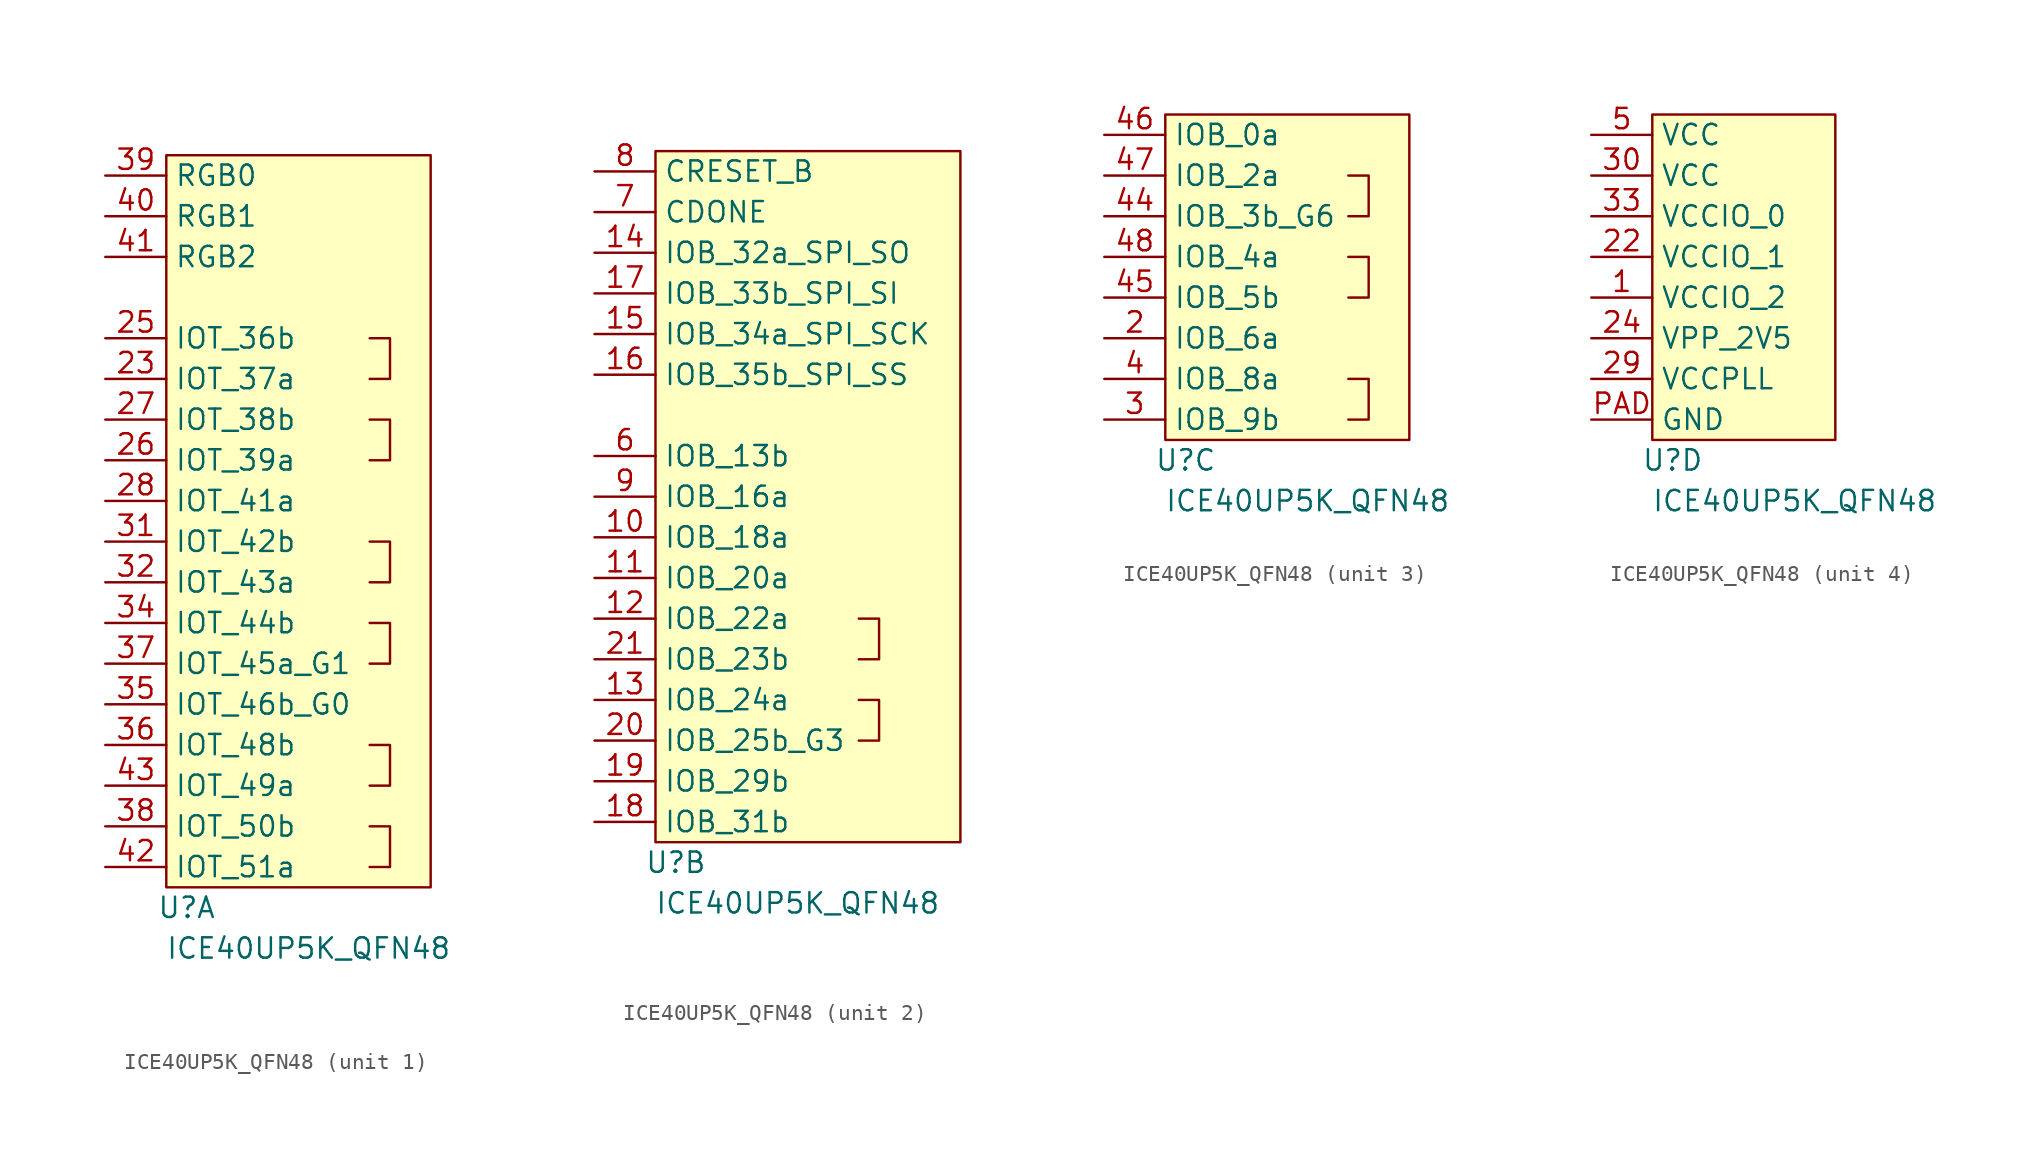
<source format=kicad_sym>
(kicad_symbol_lib
  (version 20211014)
  (generator kicad_symbol_editor)
  (symbol "ICE40UP5K_QFN48"
    (property "Reference" "U"
      (at 1.27 -1.27 0)
      (effects (font (size 1.27 1.27))))
    (property "Value" "ICE40UP5K_QFN48"
      (at 8.89 -3.81 0)
      (effects (font (size 1.27 1.27))))
    (property "ki_locked" ""
      (at 0 0 0)
      (effects (font (size 1.27 1.27))))
    (symbol "ICE40UP5K_QFN48_1_0"
      (polyline (pts (xy 12.7 3.81) (xy 13.97 3.81) (xy 13.97 1.27) (xy 12.7 1.27)) (stroke (width 0.152) (type default) (color 0 0 0 0)) (fill (type none)))
      (polyline (pts (xy 12.7 8.89) (xy 13.97 8.89) (xy 13.97 6.35) (xy 12.7 6.35)) (stroke (width 0.152) (type default) (color 0 0 0 0)) (fill (type none)))
      (polyline (pts (xy 12.7 16.51) (xy 13.97 16.51) (xy 13.97 13.97) (xy 12.7 13.97)) (stroke (width 0.152) (type default) (color 0 0 0 0)) (fill (type none)))
      (polyline (pts (xy 12.7 19.05) (xy 13.97 19.05) (xy 13.97 21.59) (xy 12.7 21.59)) (stroke (width 0.152) (type default) (color 0 0 0 0)) (fill (type none)))
      (polyline (pts (xy 12.7 29.21) (xy 13.97 29.21) (xy 13.97 26.67) (xy 12.7 26.67)) (stroke (width 0.152) (type default) (color 0 0 0 0)) (fill (type none)))
      (polyline (pts (xy 12.7 34.29) (xy 13.97 34.29) (xy 13.97 31.75) (xy 12.7 31.75)) (stroke (width 0.152) (type default) (color 0 0 0 0)) (fill (type none)))
      (rectangle (start 0 45.72) (end 16.51 0) (stroke (width 0.152) (type default) (color 0 0 0 0)) (fill (type background))))
    (symbol "ICE40UP5K_QFN48_1_1"
      (pin bidirectional line (at -3.81 31.75 0) (length 3.81) (name "IOT_37a" (effects (font (size 1.27 1.27)))) (number "23" (effects (font (size 1.27 1.27)))))
      (pin bidirectional line (at -3.81 34.29 0) (length 3.81) (name "IOT_36b" (effects (font (size 1.27 1.27)))) (number "25" (effects (font (size 1.27 1.27)))))
      (pin bidirectional line (at -3.81 26.67 0) (length 3.81) (name "IOT_39a" (effects (font (size 1.27 1.27)))) (number "26" (effects (font (size 1.27 1.27)))))
      (pin bidirectional line (at -3.81 29.21 0) (length 3.81) (name "IOT_38b" (effects (font (size 1.27 1.27)))) (number "27" (effects (font (size 1.27 1.27)))))
      (pin bidirectional line (at -3.81 24.13 0) (length 3.81) (name "IOT_41a" (effects (font (size 1.27 1.27)))) (number "28" (effects (font (size 1.27 1.27)))))
      (pin bidirectional line (at -3.81 21.59 0) (length 3.81) (name "IOT_42b" (effects (font (size 1.27 1.27)))) (number "31" (effects (font (size 1.27 1.27)))))
      (pin bidirectional line (at -3.81 19.05 0) (length 3.81) (name "IOT_43a" (effects (font (size 1.27 1.27)))) (number "32" (effects (font (size 1.27 1.27)))))
      (pin bidirectional line (at -3.81 16.51 0) (length 3.81) (name "IOT_44b" (effects (font (size 1.27 1.27)))) (number "34" (effects (font (size 1.27 1.27)))))
      (pin bidirectional line (at -3.81 11.43 0) (length 3.81) (name "IOT_46b_G0" (effects (font (size 1.27 1.27)))) (number "35" (effects (font (size 1.27 1.27)))))
      (pin bidirectional line (at -3.81 8.89 0) (length 3.81) (name "IOT_48b" (effects (font (size 1.27 1.27)))) (number "36" (effects (font (size 1.27 1.27)))))
      (pin bidirectional line (at -3.81 13.97 0) (length 3.81) (name "IOT_45a_G1" (effects (font (size 1.27 1.27)))) (number "37" (effects (font (size 1.27 1.27)))))
      (pin bidirectional line (at -3.81 3.81 0) (length 3.81) (name "IOT_50b" (effects (font (size 1.27 1.27)))) (number "38" (effects (font (size 1.27 1.27)))))
      (pin output line (at -3.81 44.45 0) (length 3.81) (name "RGB0" (effects (font (size 1.27 1.27)))) (number "39" (effects (font (size 1.27 1.27)))))
      (pin output line (at -3.81 41.91 0) (length 3.81) (name "RGB1" (effects (font (size 1.27 1.27)))) (number "40" (effects (font (size 1.27 1.27)))))
      (pin output line (at -3.81 39.37 0) (length 3.81) (name "RGB2" (effects (font (size 1.27 1.27)))) (number "41" (effects (font (size 1.27 1.27)))))
      (pin bidirectional line (at -3.81 1.27 0) (length 3.81) (name "IOT_51a" (effects (font (size 1.27 1.27)))) (number "42" (effects (font (size 1.27 1.27)))))
      (pin bidirectional line (at -3.81 6.35 0) (length 3.81) (name "IOT_49a" (effects (font (size 1.27 1.27)))) (number "43" (effects (font (size 1.27 1.27))))))
    (symbol "ICE40UP5K_QFN48_2_0"
      (polyline (pts (xy 12.7 8.89) (xy 13.97 8.89) (xy 13.97 6.35) (xy 12.7 6.35)) (stroke (width 0.152) (type default) (color 0 0 0 0)) (fill (type none)))
      (polyline (pts (xy 12.7 13.97) (xy 13.97 13.97) (xy 13.97 11.43) (xy 12.7 11.43)) (stroke (width 0.152) (type default) (color 0 0 0 0)) (fill (type none)))
      (rectangle (start 0 43.18) (end 19.05 0) (stroke (width 0.152) (type default) (color 0 0 0 0)) (fill (type background))))
    (symbol "ICE40UP5K_QFN48_2_1"
      (pin bidirectional line (at -3.81 19.05 0) (length 3.81) (name "IOB_18a" (effects (font (size 1.27 1.27)))) (number "10" (effects (font (size 1.27 1.27)))))
      (pin bidirectional line (at -3.81 16.51 0) (length 3.81) (name "IOB_20a" (effects (font (size 1.27 1.27)))) (number "11" (effects (font (size 1.27 1.27)))))
      (pin bidirectional line (at -3.81 13.97 0) (length 3.81) (name "IOB_22a" (effects (font (size 1.27 1.27)))) (number "12" (effects (font (size 1.27 1.27)))))
      (pin bidirectional line (at -3.81 8.89 0) (length 3.81) (name "IOB_24a" (effects (font (size 1.27 1.27)))) (number "13" (effects (font (size 1.27 1.27)))))
      (pin bidirectional line (at -3.81 36.83 0) (length 3.81) (name "IOB_32a_SPI_SO" (effects (font (size 1.27 1.27)))) (number "14" (effects (font (size 1.27 1.27)))))
      (pin bidirectional line (at -3.81 31.75 0) (length 3.81) (name "IOB_34a_SPI_SCK" (effects (font (size 1.27 1.27)))) (number "15" (effects (font (size 1.27 1.27)))))
      (pin bidirectional line (at -3.81 29.21 0) (length 3.81) (name "IOB_35b_SPI_SS" (effects (font (size 1.27 1.27)))) (number "16" (effects (font (size 1.27 1.27)))))
      (pin bidirectional line (at -3.81 34.29 0) (length 3.81) (name "IOB_33b_SPI_SI" (effects (font (size 1.27 1.27)))) (number "17" (effects (font (size 1.27 1.27)))))
      (pin bidirectional line (at -3.81 1.27 0) (length 3.81) (name "IOB_31b" (effects (font (size 1.27 1.27)))) (number "18" (effects (font (size 1.27 1.27)))))
      (pin bidirectional line (at -3.81 3.81 0) (length 3.81) (name "IOB_29b" (effects (font (size 1.27 1.27)))) (number "19" (effects (font (size 1.27 1.27)))))
      (pin bidirectional line (at -3.81 6.35 0) (length 3.81) (name "IOB_25b_G3" (effects (font (size 1.27 1.27)))) (number "20" (effects (font (size 1.27 1.27)))))
      (pin bidirectional line (at -3.81 11.43 0) (length 3.81) (name "IOB_23b" (effects (font (size 1.27 1.27)))) (number "21" (effects (font (size 1.27 1.27)))))
      (pin bidirectional line (at -3.81 24.13 0) (length 3.81) (name "IOB_13b" (effects (font (size 1.27 1.27)))) (number "6" (effects (font (size 1.27 1.27)))))
      (pin output line (at -3.81 39.37 0) (length 3.81) (name "CDONE" (effects (font (size 1.27 1.27)))) (number "7" (effects (font (size 1.27 1.27)))))
      (pin input line (at -3.81 41.91 0) (length 3.81) (name "CRESET_B" (effects (font (size 1.27 1.27)))) (number "8" (effects (font (size 1.27 1.27)))))
      (pin bidirectional line (at -3.81 21.59 0) (length 3.81) (name "IOB_16a" (effects (font (size 1.27 1.27)))) (number "9" (effects (font (size 1.27 1.27))))))
    (symbol "ICE40UP5K_QFN48_3_0"
      (polyline (pts (xy 11.43 3.81) (xy 12.7 3.81) (xy 12.7 1.27) (xy 11.43 1.27)) (stroke (width 0.152) (type default) (color 0 0 0 0)) (fill (type none)))
      (polyline (pts (xy 11.43 11.43) (xy 12.7 11.43) (xy 12.7 8.89) (xy 11.43 8.89)) (stroke (width 0.152) (type default) (color 0 0 0 0)) (fill (type none)))
      (polyline (pts (xy 11.43 16.51) (xy 12.7 16.51) (xy 12.7 13.97) (xy 11.43 13.97)) (stroke (width 0.152) (type default) (color 0 0 0 0)) (fill (type none)))
      (rectangle (start 0 20.32) (end 15.24 0) (stroke (width 0.152) (type default) (color 0 0 0 0)) (fill (type background))))
    (symbol "ICE40UP5K_QFN48_3_1"
      (pin bidirectional line (at -3.81 6.35 0) (length 3.81) (name "IOB_6a" (effects (font (size 1.27 1.27)))) (number "2" (effects (font (size 1.27 1.27)))))
      (pin bidirectional line (at -3.81 1.27 0) (length 3.81) (name "IOB_9b" (effects (font (size 1.27 1.27)))) (number "3" (effects (font (size 1.27 1.27)))))
      (pin bidirectional line (at -3.81 3.81 0) (length 3.81) (name "IOB_8a" (effects (font (size 1.27 1.27)))) (number "4" (effects (font (size 1.27 1.27)))))
      (pin bidirectional line (at -3.81 13.97 0) (length 3.81) (name "IOB_3b_G6" (effects (font (size 1.27 1.27)))) (number "44" (effects (font (size 1.27 1.27)))))
      (pin bidirectional line (at -3.81 8.89 0) (length 3.81) (name "IOB_5b" (effects (font (size 1.27 1.27)))) (number "45" (effects (font (size 1.27 1.27)))))
      (pin bidirectional line (at -3.81 19.05 0) (length 3.81) (name "IOB_0a" (effects (font (size 1.27 1.27)))) (number "46" (effects (font (size 1.27 1.27)))))
      (pin bidirectional line (at -3.81 16.51 0) (length 3.81) (name "IOB_2a" (effects (font (size 1.27 1.27)))) (number "47" (effects (font (size 1.27 1.27)))))
      (pin bidirectional line (at -3.81 11.43 0) (length 3.81) (name "IOB_4a" (effects (font (size 1.27 1.27)))) (number "48" (effects (font (size 1.27 1.27))))))
    (symbol "ICE40UP5K_QFN48_4_0"
      (rectangle (start 0 20.32) (end 11.43 0) (stroke (width 0.152) (type default) (color 0 0 0 0)) (fill (type background))))
    (symbol "ICE40UP5K_QFN48_4_1"
      (pin power_in line (at -3.81 8.89 0) (length 3.81) (name "VCCIO_2" (effects (font (size 1.27 1.27)))) (number "1" (effects (font (size 1.27 1.27)))))
      (pin power_in line (at -3.81 11.43 0) (length 3.81) (name "VCCIO_1" (effects (font (size 1.27 1.27)))) (number "22" (effects (font (size 1.27 1.27)))))
      (pin power_in line (at -3.81 6.35 0) (length 3.81) (name "VPP_2V5" (effects (font (size 1.27 1.27)))) (number "24" (effects (font (size 1.27 1.27)))))
      (pin power_in line (at -3.81 3.81 0) (length 3.81) (name "VCCPLL" (effects (font (size 1.27 1.27)))) (number "29" (effects (font (size 1.27 1.27)))))
      (pin power_in line (at -3.81 16.51 0) (length 3.81) (name "VCC" (effects (font (size 1.27 1.27)))) (number "30" (effects (font (size 1.27 1.27)))))
      (pin power_in line (at -3.81 13.97 0) (length 3.81) (name "VCCIO_0" (effects (font (size 1.27 1.27)))) (number "33" (effects (font (size 1.27 1.27)))))
      (pin power_in line (at -3.81 19.05 0) (length 3.81) (name "VCC" (effects (font (size 1.27 1.27)))) (number "5" (effects (font (size 1.27 1.27)))))
      (pin power_in line (at -3.81 1.27 0) (length 3.81) (name "GND" (effects (font (size 1.27 1.27)))) (number "PAD" (effects (font (size 1.27 1.27))))))))
</source>
